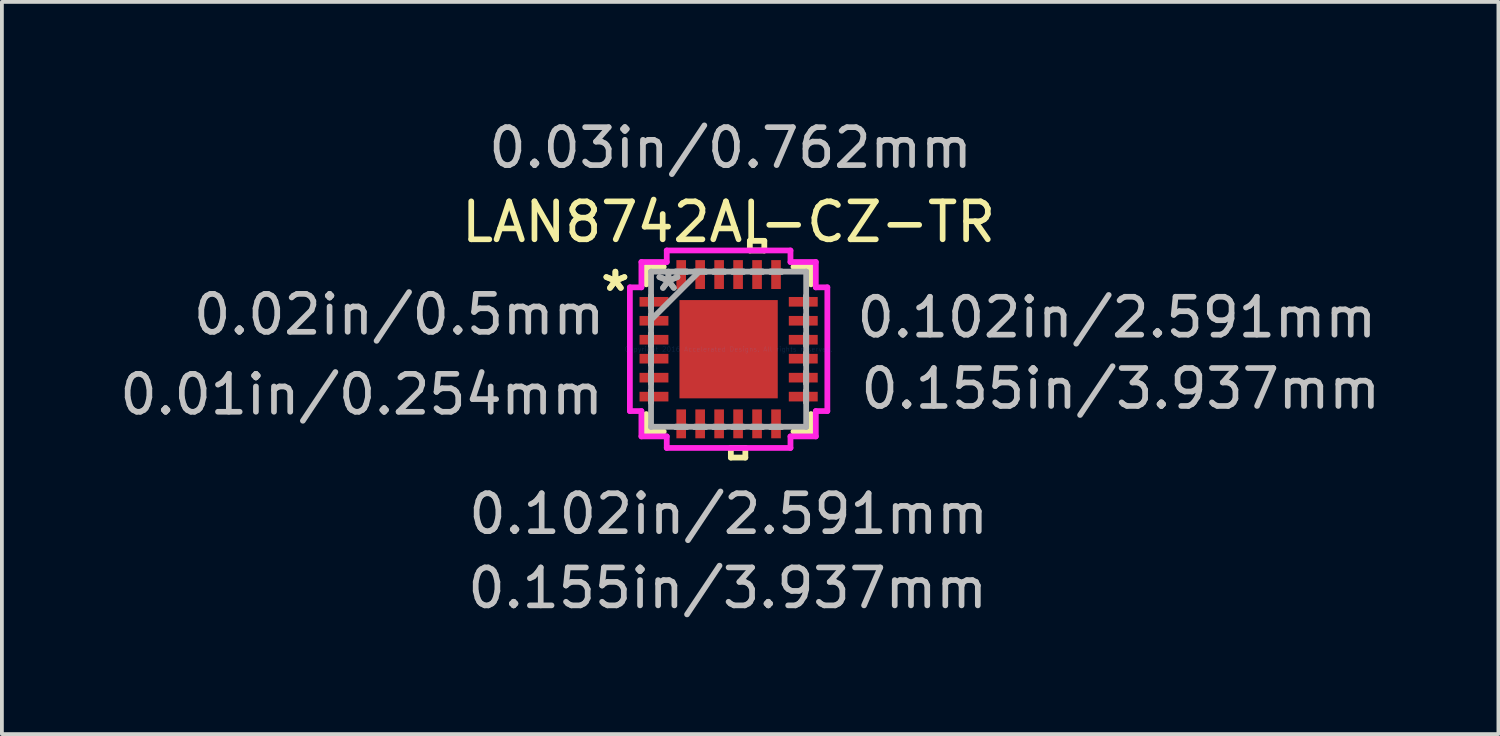
<source format=kicad_pcb>
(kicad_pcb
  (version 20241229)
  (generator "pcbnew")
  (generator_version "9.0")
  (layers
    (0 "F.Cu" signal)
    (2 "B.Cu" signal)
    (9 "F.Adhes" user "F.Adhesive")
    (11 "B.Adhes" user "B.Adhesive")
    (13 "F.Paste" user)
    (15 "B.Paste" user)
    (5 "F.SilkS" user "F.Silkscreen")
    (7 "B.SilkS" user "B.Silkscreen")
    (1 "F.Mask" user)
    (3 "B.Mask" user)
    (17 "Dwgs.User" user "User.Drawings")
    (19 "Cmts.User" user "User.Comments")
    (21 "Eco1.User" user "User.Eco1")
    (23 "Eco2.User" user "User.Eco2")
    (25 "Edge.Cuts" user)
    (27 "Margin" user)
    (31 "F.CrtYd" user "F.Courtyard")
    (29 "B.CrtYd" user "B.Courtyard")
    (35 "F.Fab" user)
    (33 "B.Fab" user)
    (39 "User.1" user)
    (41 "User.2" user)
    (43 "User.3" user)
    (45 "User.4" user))
  (footprint "LAN8742AI-CZ-TR"
    (layer "F.Cu")
    (at 16.16 6.157)
    (property "Reference" "LAN8742AI-CZ-TR" (at 0 -3.353 180) (layer "F.SilkS") (effects (font (size 1 1) (thickness 0.15))))
    (attr through_hole)
    (fp_line (start -2.172 -2.172) (end -2.172 -1.71) (stroke (width 0.152) (type solid)) (layer "F.SilkS"))
    (fp_line (start -2.172 1.71) (end -2.172 2.172) (stroke (width 0.152) (type solid)) (layer "F.SilkS"))
    (fp_line (start -2.172 2.172) (end -1.71 2.172) (stroke (width 0.152) (type solid)) (layer "F.SilkS"))
    (fp_line (start -1.71 -2.172) (end -2.172 -2.172) (stroke (width 0.152) (type solid)) (layer "F.SilkS"))
    (fp_line (start 0.059 2.603) (end 0.059 2.857) (stroke (width 0.152) (type solid)) (layer "F.SilkS"))
    (fp_line (start 0.059 2.857) (end 0.441 2.857) (stroke (width 0.152) (type solid)) (layer "F.SilkS"))
    (fp_line (start 0.441 2.603) (end 0.059 2.603) (stroke (width 0.152) (type solid)) (layer "F.SilkS"))
    (fp_line (start 0.441 2.857) (end 0.441 2.603) (stroke (width 0.152) (type solid)) (layer "F.SilkS"))
    (fp_line (start 0.56 -2.857) (end 0.941 -2.857) (stroke (width 0.152) (type solid)) (layer "F.SilkS"))
    (fp_line (start 0.56 -2.603) (end 0.56 -2.857) (stroke (width 0.152) (type solid)) (layer "F.SilkS"))
    (fp_line (start 0.941 -2.857) (end 0.941 -2.603) (stroke (width 0.152) (type solid)) (layer "F.SilkS"))
    (fp_line (start 0.941 -2.603) (end 0.56 -2.603) (stroke (width 0.152) (type solid)) (layer "F.SilkS"))
    (fp_line (start 1.71 2.172) (end 2.172 2.172) (stroke (width 0.152) (type solid)) (layer "F.SilkS"))
    (fp_line (start 2.172 -2.172) (end 1.71 -2.172) (stroke (width 0.152) (type solid)) (layer "F.SilkS"))
    (fp_line (start 2.172 -1.71) (end 2.172 -2.172) (stroke (width 0.152) (type solid)) (layer "F.SilkS"))
    (fp_line (start 2.172 2.172) (end 2.172 1.71) (stroke (width 0.152) (type solid)) (layer "F.SilkS"))
    (fp_line (start -1.195 -1.195) (end -1.195 -0.1) (stroke (width 0.152) (type solid)) (layer "F.Paste"))
    (fp_line (start -1.195 -0.1) (end -0.1 -0.1) (stroke (width 0.152) (type solid)) (layer "F.Paste"))
    (fp_line (start -1.195 0.1) (end -1.195 1.195) (stroke (width 0.152) (type solid)) (layer "F.Paste"))
    (fp_line (start -1.195 1.195) (end -0.1 1.195) (stroke (width 0.152) (type solid)) (layer "F.Paste"))
    (fp_line (start -0.1 -1.195) (end -1.195 -1.195) (stroke (width 0.152) (type solid)) (layer "F.Paste"))
    (fp_line (start -0.1 -0.1) (end -0.1 -1.195) (stroke (width 0.152) (type solid)) (layer "F.Paste"))
    (fp_line (start -0.1 0.1) (end -1.195 0.1) (stroke (width 0.152) (type solid)) (layer "F.Paste"))
    (fp_line (start -0.1 1.195) (end -0.1 0.1) (stroke (width 0.152) (type solid)) (layer "F.Paste"))
    (fp_line (start 0.1 -1.195) (end 0.1 -0.1) (stroke (width 0.152) (type solid)) (layer "F.Paste"))
    (fp_line (start 0.1 -0.1) (end 1.195 -0.1) (stroke (width 0.152) (type solid)) (layer "F.Paste"))
    (fp_line (start 0.1 0.1) (end 0.1 1.195) (stroke (width 0.152) (type solid)) (layer "F.Paste"))
    (fp_line (start 0.1 1.195) (end 1.195 1.195) (stroke (width 0.152) (type solid)) (layer "F.Paste"))
    (fp_line (start 1.195 -1.195) (end 0.1 -1.195) (stroke (width 0.152) (type solid)) (layer "F.Paste"))
    (fp_line (start 1.195 -0.1) (end 1.195 -1.195) (stroke (width 0.152) (type solid)) (layer "F.Paste"))
    (fp_line (start 1.195 0.1) (end 0.1 0.1) (stroke (width 0.152) (type solid)) (layer "F.Paste"))
    (fp_line (start 1.195 1.195) (end 1.195 0.1) (stroke (width 0.152) (type solid)) (layer "F.Paste"))
    (fp_line (start -2.603 -1.631) (end -2.299 -1.631) (stroke (width 0.152) (type solid)) (layer "F.CrtYd"))
    (fp_line (start -2.603 1.631) (end -2.603 -1.631) (stroke (width 0.152) (type solid)) (layer "F.CrtYd"))
    (fp_line (start -2.299 -2.299) (end -1.631 -2.299) (stroke (width 0.152) (type solid)) (layer "F.CrtYd"))
    (fp_line (start -2.299 -1.631) (end -2.299 -2.299) (stroke (width 0.152) (type solid)) (layer "F.CrtYd"))
    (fp_line (start -2.299 1.631) (end -2.603 1.631) (stroke (width 0.152) (type solid)) (layer "F.CrtYd"))
    (fp_line (start -2.299 2.299) (end -2.299 1.631) (stroke (width 0.152) (type solid)) (layer "F.CrtYd"))
    (fp_line (start -1.631 -2.603) (end 1.631 -2.603) (stroke (width 0.152) (type solid)) (layer "F.CrtYd"))
    (fp_line (start -1.631 -2.299) (end -1.631 -2.603) (stroke (width 0.152) (type solid)) (layer "F.CrtYd"))
    (fp_line (start -1.631 2.299) (end -2.299 2.299) (stroke (width 0.152) (type solid)) (layer "F.CrtYd"))
    (fp_line (start -1.631 2.603) (end -1.631 2.299) (stroke (width 0.152) (type solid)) (layer "F.CrtYd"))
    (fp_line (start 1.631 -2.603) (end 1.631 -2.299) (stroke (width 0.152) (type solid)) (layer "F.CrtYd"))
    (fp_line (start 1.631 -2.299) (end 2.299 -2.299) (stroke (width 0.152) (type solid)) (layer "F.CrtYd"))
    (fp_line (start 1.631 2.299) (end 1.631 2.603) (stroke (width 0.152) (type solid)) (layer "F.CrtYd"))
    (fp_line (start 1.631 2.603) (end -1.631 2.603) (stroke (width 0.152) (type solid)) (layer "F.CrtYd"))
    (fp_line (start 2.299 -2.299) (end 2.299 -1.631) (stroke (width 0.152) (type solid)) (layer "F.CrtYd"))
    (fp_line (start 2.299 -1.631) (end 2.603 -1.631) (stroke (width 0.152) (type solid)) (layer "F.CrtYd"))
    (fp_line (start 2.299 1.631) (end 2.299 2.299) (stroke (width 0.152) (type solid)) (layer "F.CrtYd"))
    (fp_line (start 2.299 2.299) (end 1.631 2.299) (stroke (width 0.152) (type solid)) (layer "F.CrtYd"))
    (fp_line (start 2.603 -1.631) (end 2.603 1.631) (stroke (width 0.152) (type solid)) (layer "F.CrtYd"))
    (fp_line (start 2.603 1.631) (end 2.299 1.631) (stroke (width 0.152) (type solid)) (layer "F.CrtYd"))
    (fp_line (start -2.045 -2.045) (end -2.045 -2.045) (stroke (width 0.152) (type solid)) (layer "F.Fab"))
    (fp_line (start -2.045 -2.045) (end -2.045 2.045) (stroke (width 0.152) (type solid)) (layer "F.Fab"))
    (fp_line (start -2.045 -1.402) (end -2.045 -1.402) (stroke (width 0.152) (type solid)) (layer "F.Fab"))
    (fp_line (start -2.045 -1.402) (end -2.045 -1.098) (stroke (width 0.152) (type solid)) (layer "F.Fab"))
    (fp_line (start -2.045 -1.098) (end -2.045 -1.402) (stroke (width 0.152) (type solid)) (layer "F.Fab"))
    (fp_line (start -2.045 -1.098) (end -2.045 -1.098) (stroke (width 0.152) (type solid)) (layer "F.Fab"))
    (fp_line (start -2.045 -0.902) (end -2.045 -0.902) (stroke (width 0.152) (type solid)) (layer "F.Fab"))
    (fp_line (start -2.045 -0.902) (end -2.045 -0.598) (stroke (width 0.152) (type solid)) (layer "F.Fab"))
    (fp_line (start -2.045 -0.775) (end -0.775 -2.045) (stroke (width 0.152) (type solid)) (layer "F.Fab"))
    (fp_line (start -2.045 -0.598) (end -2.045 -0.902) (stroke (width 0.152) (type solid)) (layer "F.Fab"))
    (fp_line (start -2.045 -0.598) (end -2.045 -0.598) (stroke (width 0.152) (type solid)) (layer "F.Fab"))
    (fp_line (start -2.045 -0.402) (end -2.045 -0.402) (stroke (width 0.152) (type solid)) (layer "F.Fab"))
    (fp_line (start -2.045 -0.402) (end -2.045 -0.098) (stroke (width 0.152) (type solid)) (layer "F.Fab"))
    (fp_line (start -2.045 -0.098) (end -2.045 -0.402) (stroke (width 0.152) (type solid)) (layer "F.Fab"))
    (fp_line (start -2.045 -0.098) (end -2.045 -0.098) (stroke (width 0.152) (type solid)) (layer "F.Fab"))
    (fp_line (start -2.045 0.098) (end -2.045 0.098) (stroke (width 0.152) (type solid)) (layer "F.Fab"))
    (fp_line (start -2.045 0.098) (end -2.045 0.402) (stroke (width 0.152) (type solid)) (layer "F.Fab"))
    (fp_line (start -2.045 0.402) (end -2.045 0.098) (stroke (width 0.152) (type solid)) (layer "F.Fab"))
    (fp_line (start -2.045 0.402) (end -2.045 0.402) (stroke (width 0.152) (type solid)) (layer "F.Fab"))
    (fp_line (start -2.045 0.598) (end -2.045 0.598) (stroke (width 0.152) (type solid)) (layer "F.Fab"))
    (fp_line (start -2.045 0.598) (end -2.045 0.902) (stroke (width 0.152) (type solid)) (layer "F.Fab"))
    (fp_line (start -2.045 0.902) (end -2.045 0.598) (stroke (width 0.152) (type solid)) (layer "F.Fab"))
    (fp_line (start -2.045 0.902) (end -2.045 0.902) (stroke (width 0.152) (type solid)) (layer "F.Fab"))
    (fp_line (start -2.045 1.098) (end -2.045 1.098) (stroke (width 0.152) (type solid)) (layer "F.Fab"))
    (fp_line (start -2.045 1.098) (end -2.045 1.402) (stroke (width 0.152) (type solid)) (layer "F.Fab"))
    (fp_line (start -2.045 1.402) (end -2.045 1.098) (stroke (width 0.152) (type solid)) (layer "F.Fab"))
    (fp_line (start -2.045 1.402) (end -2.045 1.402) (stroke (width 0.152) (type solid)) (layer "F.Fab"))
    (fp_line (start -2.045 2.045) (end -2.045 2.045) (stroke (width 0.152) (type solid)) (layer "F.Fab"))
    (fp_line (start -2.045 2.045) (end 2.045 2.045) (stroke (width 0.152) (type solid)) (layer "F.Fab"))
    (fp_line (start -1.402 -2.045) (end -1.402 -2.045) (stroke (width 0.152) (type solid)) (layer "F.Fab"))
    (fp_line (start -1.402 -2.045) (end -1.098 -2.045) (stroke (width 0.152) (type solid)) (layer "F.Fab"))
    (fp_line (start -1.402 2.045) (end -1.402 2.045) (stroke (width 0.152) (type solid)) (layer "F.Fab"))
    (fp_line (start -1.402 2.045) (end -1.098 2.045) (stroke (width 0.152) (type solid)) (layer "F.Fab"))
    (fp_line (start -1.098 -2.045) (end -1.402 -2.045) (stroke (width 0.152) (type solid)) (layer "F.Fab"))
    (fp_line (start -1.098 -2.045) (end -1.098 -2.045) (stroke (width 0.152) (type solid)) (layer "F.Fab"))
    (fp_line (start -1.098 2.045) (end -1.402 2.045) (stroke (width 0.152) (type solid)) (layer "F.Fab"))
    (fp_line (start -1.098 2.045) (end -1.098 2.045) (stroke (width 0.152) (type solid)) (layer "F.Fab"))
    (fp_line (start -0.902 -2.045) (end -0.902 -2.045) (stroke (width 0.152) (type solid)) (layer "F.Fab"))
    (fp_line (start -0.902 -2.045) (end -0.598 -2.045) (stroke (width 0.152) (type solid)) (layer "F.Fab"))
    (fp_line (start -0.902 2.045) (end -0.902 2.045) (stroke (width 0.152) (type solid)) (layer "F.Fab"))
    (fp_line (start -0.902 2.045) (end -0.598 2.045) (stroke (width 0.152) (type solid)) (layer "F.Fab"))
    (fp_line (start -0.598 -2.045) (end -0.902 -2.045) (stroke (width 0.152) (type solid)) (layer "F.Fab"))
    (fp_line (start -0.598 -2.045) (end -0.598 -2.045) (stroke (width 0.152) (type solid)) (layer "F.Fab"))
    (fp_line (start -0.598 2.045) (end -0.902 2.045) (stroke (width 0.152) (type solid)) (layer "F.Fab"))
    (fp_line (start -0.598 2.045) (end -0.598 2.045) (stroke (width 0.152) (type solid)) (layer "F.Fab"))
    (fp_line (start -0.402 -2.045) (end -0.402 -2.045) (stroke (width 0.152) (type solid)) (layer "F.Fab"))
    (fp_line (start -0.402 -2.045) (end -0.098 -2.045) (stroke (width 0.152) (type solid)) (layer "F.Fab"))
    (fp_line (start -0.402 2.045) (end -0.402 2.045) (stroke (width 0.152) (type solid)) (layer "F.Fab"))
    (fp_line (start -0.402 2.045) (end -0.098 2.045) (stroke (width 0.152) (type solid)) (layer "F.Fab"))
    (fp_line (start -0.098 -2.045) (end -0.402 -2.045) (stroke (width 0.152) (type solid)) (layer "F.Fab"))
    (fp_line (start -0.098 -2.045) (end -0.098 -2.045) (stroke (width 0.152) (type solid)) (layer "F.Fab"))
    (fp_line (start -0.098 2.045) (end -0.402 2.045) (stroke (width 0.152) (type solid)) (layer "F.Fab"))
    (fp_line (start -0.098 2.045) (end -0.098 2.045) (stroke (width 0.152) (type solid)) (layer "F.Fab"))
    (fp_line (start 0.098 -2.045) (end 0.098 -2.045) (stroke (width 0.152) (type solid)) (layer "F.Fab"))
    (fp_line (start 0.098 -2.045) (end 0.402 -2.045) (stroke (width 0.152) (type solid)) (layer "F.Fab"))
    (fp_line (start 0.098 2.045) (end 0.098 2.045) (stroke (width 0.152) (type solid)) (layer "F.Fab"))
    (fp_line (start 0.098 2.045) (end 0.402 2.045) (stroke (width 0.152) (type solid)) (layer "F.Fab"))
    (fp_line (start 0.402 -2.045) (end 0.098 -2.045) (stroke (width 0.152) (type solid)) (layer "F.Fab"))
    (fp_line (start 0.402 -2.045) (end 0.402 -2.045) (stroke (width 0.152) (type solid)) (layer "F.Fab"))
    (fp_line (start 0.402 2.045) (end 0.098 2.045) (stroke (width 0.152) (type solid)) (layer "F.Fab"))
    (fp_line (start 0.402 2.045) (end 0.402 2.045) (stroke (width 0.152) (type solid)) (layer "F.Fab"))
    (fp_line (start 0.598 -2.045) (end 0.598 -2.045) (stroke (width 0.152) (type solid)) (layer "F.Fab"))
    (fp_line (start 0.598 -2.045) (end 0.902 -2.045) (stroke (width 0.152) (type solid)) (layer "F.Fab"))
    (fp_line (start 0.598 2.045) (end 0.598 2.045) (stroke (width 0.152) (type solid)) (layer "F.Fab"))
    (fp_line (start 0.598 2.045) (end 0.902 2.045) (stroke (width 0.152) (type solid)) (layer "F.Fab"))
    (fp_line (start 0.902 -2.045) (end 0.598 -2.045) (stroke (width 0.152) (type solid)) (layer "F.Fab"))
    (fp_line (start 0.902 -2.045) (end 0.902 -2.045) (stroke (width 0.152) (type solid)) (layer "F.Fab"))
    (fp_line (start 0.902 2.045) (end 0.598 2.045) (stroke (width 0.152) (type solid)) (layer "F.Fab"))
    (fp_line (start 0.902 2.045) (end 0.902 2.045) (stroke (width 0.152) (type solid)) (layer "F.Fab"))
    (fp_line (start 1.098 -2.045) (end 1.098 -2.045) (stroke (width 0.152) (type solid)) (layer "F.Fab"))
    (fp_line (start 1.098 -2.045) (end 1.402 -2.045) (stroke (width 0.152) (type solid)) (layer "F.Fab"))
    (fp_line (start 1.098 2.045) (end 1.098 2.045) (stroke (width 0.152) (type solid)) (layer "F.Fab"))
    (fp_line (start 1.098 2.045) (end 1.402 2.045) (stroke (width 0.152) (type solid)) (layer "F.Fab"))
    (fp_line (start 1.402 -2.045) (end 1.098 -2.045) (stroke (width 0.152) (type solid)) (layer "F.Fab"))
    (fp_line (start 1.402 -2.045) (end 1.402 -2.045) (stroke (width 0.152) (type solid)) (layer "F.Fab"))
    (fp_line (start 1.402 2.045) (end 1.098 2.045) (stroke (width 0.152) (type solid)) (layer "F.Fab"))
    (fp_line (start 1.402 2.045) (end 1.402 2.045) (stroke (width 0.152) (type solid)) (layer "F.Fab"))
    (fp_line (start 2.045 -2.045) (end -2.045 -2.045) (stroke (width 0.152) (type solid)) (layer "F.Fab"))
    (fp_line (start 2.045 -2.045) (end 2.045 -2.045) (stroke (width 0.152) (type solid)) (layer "F.Fab"))
    (fp_line (start 2.045 -1.402) (end 2.045 -1.402) (stroke (width 0.152) (type solid)) (layer "F.Fab"))
    (fp_line (start 2.045 -1.402) (end 2.045 -1.098) (stroke (width 0.152) (type solid)) (layer "F.Fab"))
    (fp_line (start 2.045 -1.098) (end 2.045 -1.402) (stroke (width 0.152) (type solid)) (layer "F.Fab"))
    (fp_line (start 2.045 -1.098) (end 2.045 -1.098) (stroke (width 0.152) (type solid)) (layer "F.Fab"))
    (fp_line (start 2.045 -0.902) (end 2.045 -0.902) (stroke (width 0.152) (type solid)) (layer "F.Fab"))
    (fp_line (start 2.045 -0.902) (end 2.045 -0.598) (stroke (width 0.152) (type solid)) (layer "F.Fab"))
    (fp_line (start 2.045 -0.598) (end 2.045 -0.902) (stroke (width 0.152) (type solid)) (layer "F.Fab"))
    (fp_line (start 2.045 -0.598) (end 2.045 -0.598) (stroke (width 0.152) (type solid)) (layer "F.Fab"))
    (fp_line (start 2.045 -0.402) (end 2.045 -0.402) (stroke (width 0.152) (type solid)) (layer "F.Fab"))
    (fp_line (start 2.045 -0.402) (end 2.045 -0.098) (stroke (width 0.152) (type solid)) (layer "F.Fab"))
    (fp_line (start 2.045 -0.098) (end 2.045 -0.402) (stroke (width 0.152) (type solid)) (layer "F.Fab"))
    (fp_line (start 2.045 -0.098) (end 2.045 -0.098) (stroke (width 0.152) (type solid)) (layer "F.Fab"))
    (fp_line (start 2.045 0.098) (end 2.045 0.098) (stroke (width 0.152) (type solid)) (layer "F.Fab"))
    (fp_line (start 2.045 0.098) (end 2.045 0.402) (stroke (width 0.152) (type solid)) (layer "F.Fab"))
    (fp_line (start 2.045 0.402) (end 2.045 0.098) (stroke (width 0.152) (type solid)) (layer "F.Fab"))
    (fp_line (start 2.045 0.402) (end 2.045 0.402) (stroke (width 0.152) (type solid)) (layer "F.Fab"))
    (fp_line (start 2.045 0.598) (end 2.045 0.598) (stroke (width 0.152) (type solid)) (layer "F.Fab"))
    (fp_line (start 2.045 0.598) (end 2.045 0.902) (stroke (width 0.152) (type solid)) (layer "F.Fab"))
    (fp_line (start 2.045 0.902) (end 2.045 0.598) (stroke (width 0.152) (type solid)) (layer "F.Fab"))
    (fp_line (start 2.045 0.902) (end 2.045 0.902) (stroke (width 0.152) (type solid)) (layer "F.Fab"))
    (fp_line (start 2.045 1.098) (end 2.045 1.098) (stroke (width 0.152) (type solid)) (layer "F.Fab"))
    (fp_line (start 2.045 1.098) (end 2.045 1.402) (stroke (width 0.152) (type solid)) (layer "F.Fab"))
    (fp_line (start 2.045 1.402) (end 2.045 1.098) (stroke (width 0.152) (type solid)) (layer "F.Fab"))
    (fp_line (start 2.045 1.402) (end 2.045 1.402) (stroke (width 0.152) (type solid)) (layer "F.Fab"))
    (fp_line (start 2.045 2.045) (end 2.045 -2.045) (stroke (width 0.152) (type solid)) (layer "F.Fab"))
    (fp_line (start 2.045 2.045) (end 2.045 2.045) (stroke (width 0.152) (type solid)) (layer "F.Fab"))
    (fp_text user "*" (at -2.985 -1.5 0) (layer "F.SilkS") (effects (font (size 1 1) (thickness 0.15))))
    (fp_text user "*" (at -2.985 -1.5 0) (layer "F.SilkS") (effects (font (size 1 1) (thickness 0.15))))
    (fp_text user "0.01in/0.254mm" (at -9.677 1.194 0) (layer "Dwgs.User") (effects (font (size 1 1) (thickness 0.15))))
    (fp_text user "0.102in/2.591mm" (at 10.236 -0.838 0) (layer "Dwgs.User") (effects (font (size 1 1) (thickness 0.15))))
    (fp_text user "0.155in/3.937mm" (at -0.025 6.299 0) (layer "Dwgs.User") (effects (font (size 1 1) (thickness 0.15))))
    (fp_text user "0.102in/2.591mm" (at 0 4.343 0) (layer "Dwgs.User") (effects (font (size 1 1) (thickness 0.15))))
    (fp_text user "0.03in/0.762mm" (at 0.051 -5.309 0) (layer "Dwgs.User") (effects (font (size 1 1) (thickness 0.15))))
    (fp_text user "0.02in/0.5mm" (at -8.687 -0.914 0) (layer "Dwgs.User") (effects (font (size 1 1) (thickness 0.15))))
    (fp_text user "0.155in/3.937mm" (at 10.338 1.041 0) (layer "Dwgs.User") (effects (font (size 1 1) (thickness 0.15))))
    (fp_text user "Copyright 2016 Accelerated Designs. All rights reserved." (at 0 0 0) (layer "Cmts.User") (effects (font (size 0.127 0.127) (thickness 0.002))))
    (fp_text user "*" (at -1.587 -1.5 0) (layer "F.Fab") (effects (font (size 1 1) (thickness 0.15))))
    (fp_text user "*" (at -1.587 -1.5 0) (layer "F.Fab") (effects (font (size 1 1) (thickness 0.15))))
    (pad "1" smd rect (at -1.968 -1.25 90) (size 0.254 0.762) (layers "F.Cu" "F.Mask" "F.Paste"))
    (pad "2" smd rect (at -1.968 -0.75 90) (size 0.254 0.762) (layers "F.Cu" "F.Mask" "F.Paste"))
    (pad "3" smd rect (at -1.968 -0.25 90) (size 0.254 0.762) (layers "F.Cu" "F.Mask" "F.Paste"))
    (pad "4" smd rect (at -1.968 0.25 90) (size 0.254 0.762) (layers "F.Cu" "F.Mask" "F.Paste"))
    (pad "5" smd rect (at -1.968 0.75 90) (size 0.254 0.762) (layers "F.Cu" "F.Mask" "F.Paste"))
    (pad "6" smd rect (at -1.968 1.25 90) (size 0.254 0.762) (layers "F.Cu" "F.Mask" "F.Paste"))
    (pad "7" smd rect (at -1.25 1.968) (size 0.254 0.762) (layers "F.Cu" "F.Mask" "F.Paste"))
    (pad "8" smd rect (at -0.75 1.968) (size 0.254 0.762) (layers "F.Cu" "F.Mask" "F.Paste"))
    (pad "9" smd rect (at -0.25 1.968) (size 0.254 0.762) (layers "F.Cu" "F.Mask" "F.Paste"))
    (pad "10" smd rect (at 0.25 1.968) (size 0.254 0.762) (layers "F.Cu" "F.Mask" "F.Paste"))
    (pad "11" smd rect (at 0.75 1.968) (size 0.254 0.762) (layers "F.Cu" "F.Mask" "F.Paste"))
    (pad "12" smd rect (at 1.25 1.968) (size 0.254 0.762) (layers "F.Cu" "F.Mask" "F.Paste"))
    (pad "13" smd rect (at 1.968 1.25 90) (size 0.254 0.762) (layers "F.Cu" "F.Mask" "F.Paste"))
    (pad "14" smd rect (at 1.968 0.75 90) (size 0.254 0.762) (layers "F.Cu" "F.Mask" "F.Paste"))
    (pad "15" smd rect (at 1.968 0.25 90) (size 0.254 0.762) (layers "F.Cu" "F.Mask" "F.Paste"))
    (pad "16" smd rect (at 1.968 -0.25 90) (size 0.254 0.762) (layers "F.Cu" "F.Mask" "F.Paste"))
    (pad "17" smd rect (at 1.968 -0.75 90) (size 0.254 0.762) (layers "F.Cu" "F.Mask" "F.Paste"))
    (pad "18" smd rect (at 1.968 -1.25 90) (size 0.254 0.762) (layers "F.Cu" "F.Mask" "F.Paste"))
    (pad "19" smd rect (at 1.25 -1.968) (size 0.254 0.762) (layers "F.Cu" "F.Mask" "F.Paste"))
    (pad "20" smd rect (at 0.75 -1.968) (size 0.254 0.762) (layers "F.Cu" "F.Mask" "F.Paste"))
    (pad "21" smd rect (at 0.25 -1.968) (size 0.254 0.762) (layers "F.Cu" "F.Mask" "F.Paste"))
    (pad "22" smd rect (at -0.25 -1.968) (size 0.254 0.762) (layers "F.Cu" "F.Mask" "F.Paste"))
    (pad "23" smd rect (at -0.75 -1.968) (size 0.254 0.762) (layers "F.Cu" "F.Mask" "F.Paste"))
    (pad "24" smd rect (at -1.25 -1.968) (size 0.254 0.762) (layers "F.Cu" "F.Mask" "F.Paste"))
    (pad "25" smd rect (at 0 0) (size 2.591 2.591) (layers "F.Cu" "F.Mask" "F.Paste")))
  (gr_rect
    (start -3 -3)
    (end 36.456 16.304)
    (stroke (width 0.1) (type default))
    (fill no)
    (layer "Edge.Cuts")))
</source>
